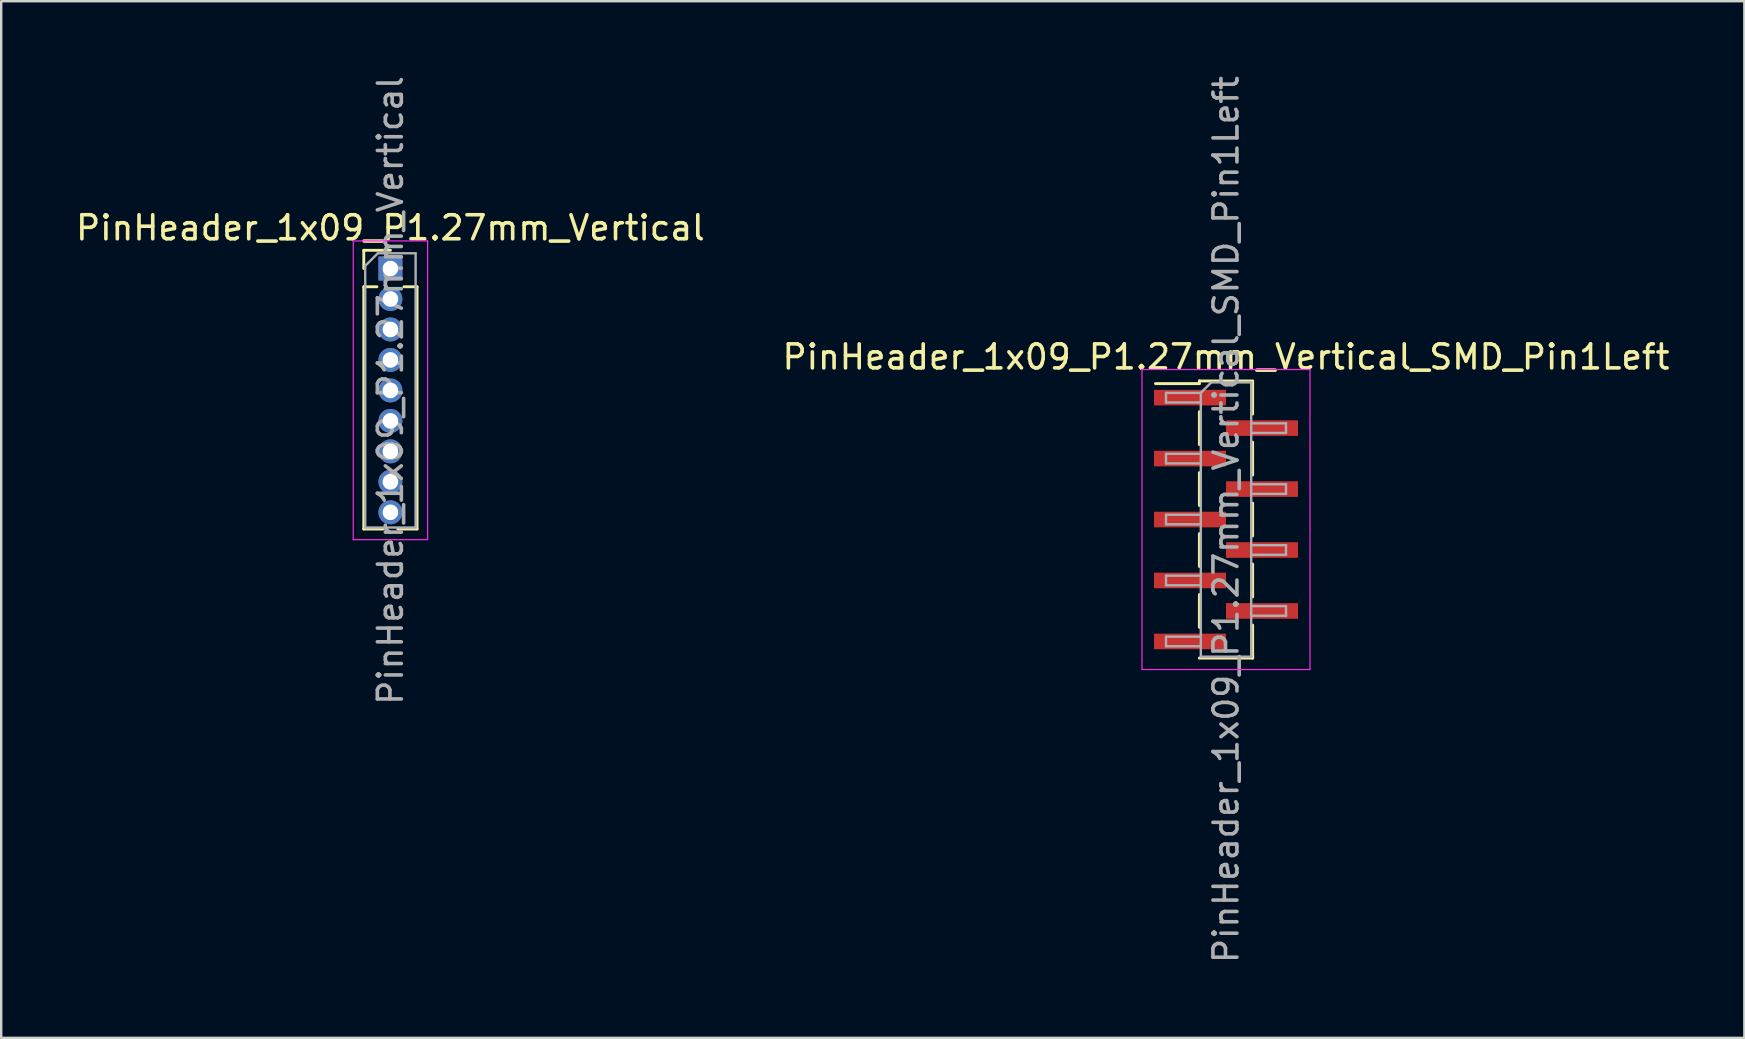
<source format=kicad_pcb>
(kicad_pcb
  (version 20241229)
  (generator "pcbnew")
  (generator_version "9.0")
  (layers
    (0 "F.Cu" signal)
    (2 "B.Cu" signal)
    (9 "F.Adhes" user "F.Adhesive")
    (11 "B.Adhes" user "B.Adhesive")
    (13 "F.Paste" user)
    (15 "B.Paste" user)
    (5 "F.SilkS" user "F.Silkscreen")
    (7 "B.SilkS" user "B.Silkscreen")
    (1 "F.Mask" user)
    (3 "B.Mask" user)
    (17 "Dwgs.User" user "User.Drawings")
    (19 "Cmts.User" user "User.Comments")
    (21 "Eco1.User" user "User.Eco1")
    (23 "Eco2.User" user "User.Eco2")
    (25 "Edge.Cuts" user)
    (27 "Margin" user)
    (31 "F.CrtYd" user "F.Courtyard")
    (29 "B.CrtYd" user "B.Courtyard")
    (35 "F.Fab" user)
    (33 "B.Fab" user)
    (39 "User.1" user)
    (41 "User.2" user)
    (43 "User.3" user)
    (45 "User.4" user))
  (footprint "PinHeader_1x09_P1.27mm_Vertical"
    (layer "F.Cu")
    (at 13.22 8.14)
    (property "Reference" "PinHeader_1x09_P1.27mm_Vertical" (at 0 -1.695 0) (layer "F.SilkS") (effects (font (size 1 1) (thickness 0.15))))
    (attr through_hole)
    (fp_line (start -1.11 -0.76) (end 0 -0.76) (stroke (width 0.12) (type solid)) (layer "F.SilkS"))
    (fp_line (start -1.11 0) (end -1.11 -0.76) (stroke (width 0.12) (type solid)) (layer "F.SilkS"))
    (fp_line (start -1.11 0.76) (end -1.11 10.855) (stroke (width 0.12) (type solid)) (layer "F.SilkS"))
    (fp_line (start -1.11 0.76) (end -0.563 0.76) (stroke (width 0.12) (type solid)) (layer "F.SilkS"))
    (fp_line (start -1.11 10.855) (end -0.308 10.855) (stroke (width 0.12) (type solid)) (layer "F.SilkS"))
    (fp_line (start 0.308 10.855) (end 1.11 10.855) (stroke (width 0.12) (type solid)) (layer "F.SilkS"))
    (fp_line (start 0.563 0.76) (end 1.11 0.76) (stroke (width 0.12) (type solid)) (layer "F.SilkS"))
    (fp_line (start 1.11 0.76) (end 1.11 10.855) (stroke (width 0.12) (type solid)) (layer "F.SilkS"))
    (fp_line (start -1.55 -1.15) (end -1.55 11.3) (stroke (width 0.05) (type solid)) (layer "F.CrtYd"))
    (fp_line (start -1.55 11.3) (end 1.55 11.3) (stroke (width 0.05) (type solid)) (layer "F.CrtYd"))
    (fp_line (start 1.55 -1.15) (end -1.55 -1.15) (stroke (width 0.05) (type solid)) (layer "F.CrtYd"))
    (fp_line (start 1.55 11.3) (end 1.55 -1.15) (stroke (width 0.05) (type solid)) (layer "F.CrtYd"))
    (fp_line (start -1.05 -0.11) (end -0.525 -0.635) (stroke (width 0.1) (type solid)) (layer "F.Fab"))
    (fp_line (start -1.05 10.795) (end -1.05 -0.11) (stroke (width 0.1) (type solid)) (layer "F.Fab"))
    (fp_line (start -0.525 -0.635) (end 1.05 -0.635) (stroke (width 0.1) (type solid)) (layer "F.Fab"))
    (fp_line (start 1.05 -0.635) (end 1.05 10.795) (stroke (width 0.1) (type solid)) (layer "F.Fab"))
    (fp_line (start 1.05 10.795) (end -1.05 10.795) (stroke (width 0.1) (type solid)) (layer "F.Fab"))
    (fp_text user "${REFERENCE}" (at 0 5.08 90) (layer "F.Fab") (effects (font (size 1 1) (thickness 0.15))))
    (pad "1" thru_hole rect (at 0 0) (size 1 1) (drill 0.65) (layers "*.Cu" "*.Mask"))
    (pad "2" thru_hole oval (at 0 1.27) (size 1 1) (drill 0.65) (layers "*.Cu" "*.Mask"))
    (pad "3" thru_hole oval (at 0 2.54) (size 1 1) (drill 0.65) (layers "*.Cu" "*.Mask"))
    (pad "4" thru_hole oval (at 0 3.81) (size 1 1) (drill 0.65) (layers "*.Cu" "*.Mask"))
    (pad "5" thru_hole oval (at 0 5.08) (size 1 1) (drill 0.65) (layers "*.Cu" "*.Mask"))
    (pad "6" thru_hole oval (at 0 6.35) (size 1 1) (drill 0.65) (layers "*.Cu" "*.Mask"))
    (pad "7" thru_hole oval (at 0 7.62) (size 1 1) (drill 0.65) (layers "*.Cu" "*.Mask"))
    (pad "8" thru_hole oval (at 0 8.89) (size 1 1) (drill 0.65) (layers "*.Cu" "*.Mask"))
    (pad "9" thru_hole oval (at 0 10.16) (size 1 1) (drill 0.65) (layers "*.Cu" "*.Mask")))
  (footprint "PinHeader_1x09_P1.27mm_Vertical_SMD_Pin1Left"
    (layer "F.Cu")
    (at 48.042 18.601)
    (property "Reference" "PinHeader_1x09_P1.27mm_Vertical_SMD_Pin1Left" (at 0 -6.775 0) (layer "F.SilkS") (effects (font (size 1 1) (thickness 0.15))))
    (attr smd)
    (fp_line (start -1.11 -5.775) (end -1.11 -5.665) (stroke (width 0.12) (type solid)) (layer "F.SilkS"))
    (fp_line (start -1.11 -5.775) (end 1.11 -5.775) (stroke (width 0.12) (type solid)) (layer "F.SilkS"))
    (fp_line (start -1.11 -5.665) (end -2.94 -5.665) (stroke (width 0.12) (type solid)) (layer "F.SilkS"))
    (fp_line (start -1.11 -4.495) (end -1.11 -3.125) (stroke (width 0.12) (type solid)) (layer "F.SilkS"))
    (fp_line (start -1.11 -1.955) (end -1.11 -0.585) (stroke (width 0.12) (type solid)) (layer "F.SilkS"))
    (fp_line (start -1.11 0.585) (end -1.11 1.955) (stroke (width 0.12) (type solid)) (layer "F.SilkS"))
    (fp_line (start -1.11 3.125) (end -1.11 4.495) (stroke (width 0.12) (type solid)) (layer "F.SilkS"))
    (fp_line (start -1.11 5.775) (end 1.11 5.775) (stroke (width 0.12) (type solid)) (layer "F.SilkS"))
    (fp_line (start 1.11 -5.765) (end 1.11 -4.395) (stroke (width 0.12) (type solid)) (layer "F.SilkS"))
    (fp_line (start 1.11 -3.225) (end 1.11 -1.855) (stroke (width 0.12) (type solid)) (layer "F.SilkS"))
    (fp_line (start 1.11 -0.685) (end 1.11 0.685) (stroke (width 0.12) (type solid)) (layer "F.SilkS"))
    (fp_line (start 1.11 1.855) (end 1.11 3.225) (stroke (width 0.12) (type solid)) (layer "F.SilkS"))
    (fp_line (start 1.11 4.395) (end 1.11 5.765) (stroke (width 0.12) (type solid)) (layer "F.SilkS"))
    (fp_line (start 1.11 5.665) (end 1.11 5.775) (stroke (width 0.12) (type solid)) (layer "F.SilkS"))
    (fp_line (start -3.5 -6.25) (end -3.5 6.25) (stroke (width 0.05) (type solid)) (layer "F.CrtYd"))
    (fp_line (start -3.5 6.25) (end 3.5 6.25) (stroke (width 0.05) (type solid)) (layer "F.CrtYd"))
    (fp_line (start 3.5 -6.25) (end -3.5 -6.25) (stroke (width 0.05) (type solid)) (layer "F.CrtYd"))
    (fp_line (start 3.5 6.25) (end 3.5 -6.25) (stroke (width 0.05) (type solid)) (layer "F.CrtYd"))
    (fp_line (start -2.5 -5.28) (end -2.5 -4.88) (stroke (width 0.1) (type solid)) (layer "F.Fab"))
    (fp_line (start -2.5 -4.88) (end -1.05 -4.88) (stroke (width 0.1) (type solid)) (layer "F.Fab"))
    (fp_line (start -2.5 -2.74) (end -2.5 -2.34) (stroke (width 0.1) (type solid)) (layer "F.Fab"))
    (fp_line (start -2.5 -2.34) (end -1.05 -2.34) (stroke (width 0.1) (type solid)) (layer "F.Fab"))
    (fp_line (start -2.5 -0.2) (end -2.5 0.2) (stroke (width 0.1) (type solid)) (layer "F.Fab"))
    (fp_line (start -2.5 0.2) (end -1.05 0.2) (stroke (width 0.1) (type solid)) (layer "F.Fab"))
    (fp_line (start -2.5 2.34) (end -2.5 2.74) (stroke (width 0.1) (type solid)) (layer "F.Fab"))
    (fp_line (start -2.5 2.74) (end -1.05 2.74) (stroke (width 0.1) (type solid)) (layer "F.Fab"))
    (fp_line (start -2.5 4.88) (end -2.5 5.28) (stroke (width 0.1) (type solid)) (layer "F.Fab"))
    (fp_line (start -2.5 5.28) (end -1.05 5.28) (stroke (width 0.1) (type solid)) (layer "F.Fab"))
    (fp_line (start -1.05 -5.28) (end -2.5 -5.28) (stroke (width 0.1) (type solid)) (layer "F.Fab"))
    (fp_line (start -1.05 -5.28) (end -0.615 -5.715) (stroke (width 0.1) (type solid)) (layer "F.Fab"))
    (fp_line (start -1.05 -2.74) (end -2.5 -2.74) (stroke (width 0.1) (type solid)) (layer "F.Fab"))
    (fp_line (start -1.05 -0.2) (end -2.5 -0.2) (stroke (width 0.1) (type solid)) (layer "F.Fab"))
    (fp_line (start -1.05 2.34) (end -2.5 2.34) (stroke (width 0.1) (type solid)) (layer "F.Fab"))
    (fp_line (start -1.05 4.88) (end -2.5 4.88) (stroke (width 0.1) (type solid)) (layer "F.Fab"))
    (fp_line (start -1.05 5.715) (end -1.05 -5.28) (stroke (width 0.1) (type solid)) (layer "F.Fab"))
    (fp_line (start -0.615 -5.715) (end 1.05 -5.715) (stroke (width 0.1) (type solid)) (layer "F.Fab"))
    (fp_line (start 1.05 -5.715) (end 1.05 5.715) (stroke (width 0.1) (type solid)) (layer "F.Fab"))
    (fp_line (start 1.05 -4.01) (end 2.5 -4.01) (stroke (width 0.1) (type solid)) (layer "F.Fab"))
    (fp_line (start 1.05 -1.47) (end 2.5 -1.47) (stroke (width 0.1) (type solid)) (layer "F.Fab"))
    (fp_line (start 1.05 1.07) (end 2.5 1.07) (stroke (width 0.1) (type solid)) (layer "F.Fab"))
    (fp_line (start 1.05 3.61) (end 2.5 3.61) (stroke (width 0.1) (type solid)) (layer "F.Fab"))
    (fp_line (start 1.05 5.715) (end -1.05 5.715) (stroke (width 0.1) (type solid)) (layer "F.Fab"))
    (fp_line (start 2.5 -4.01) (end 2.5 -3.61) (stroke (width 0.1) (type solid)) (layer "F.Fab"))
    (fp_line (start 2.5 -3.61) (end 1.05 -3.61) (stroke (width 0.1) (type solid)) (layer "F.Fab"))
    (fp_line (start 2.5 -1.47) (end 2.5 -1.07) (stroke (width 0.1) (type solid)) (layer "F.Fab"))
    (fp_line (start 2.5 -1.07) (end 1.05 -1.07) (stroke (width 0.1) (type solid)) (layer "F.Fab"))
    (fp_line (start 2.5 1.07) (end 2.5 1.47) (stroke (width 0.1) (type solid)) (layer "F.Fab"))
    (fp_line (start 2.5 1.47) (end 1.05 1.47) (stroke (width 0.1) (type solid)) (layer "F.Fab"))
    (fp_line (start 2.5 3.61) (end 2.5 4.01) (stroke (width 0.1) (type solid)) (layer "F.Fab"))
    (fp_line (start 2.5 4.01) (end 1.05 4.01) (stroke (width 0.1) (type solid)) (layer "F.Fab"))
    (fp_text user "${REFERENCE}" (at 0 0 90) (layer "F.Fab") (effects (font (size 1 1) (thickness 0.15))))
    (pad "1" smd rect (at -1.5 -5.08) (size 3 0.65) (layers "F.Cu" "F.Mask" "F.Paste"))
    (pad "2" smd rect (at 1.5 -3.81) (size 3 0.65) (layers "F.Cu" "F.Mask" "F.Paste"))
    (pad "3" smd rect (at -1.5 -2.54) (size 3 0.65) (layers "F.Cu" "F.Mask" "F.Paste"))
    (pad "4" smd rect (at 1.5 -1.27) (size 3 0.65) (layers "F.Cu" "F.Mask" "F.Paste"))
    (pad "5" smd rect (at -1.5 0) (size 3 0.65) (layers "F.Cu" "F.Mask" "F.Paste"))
    (pad "6" smd rect (at 1.5 1.27) (size 3 0.65) (layers "F.Cu" "F.Mask" "F.Paste"))
    (pad "7" smd rect (at -1.5 2.54) (size 3 0.65) (layers "F.Cu" "F.Mask" "F.Paste"))
    (pad "8" smd rect (at 1.5 3.81) (size 3 0.65) (layers "F.Cu" "F.Mask" "F.Paste"))
    (pad "9" smd rect (at -1.5 5.08) (size 3 0.65) (layers "F.Cu" "F.Mask" "F.Paste")))
  (gr_rect
    (start -3 -3)
    (end 69.643 40.202)
    (stroke (width 0.1) (type default))
    (fill no)
    (layer "Edge.Cuts")))
</source>
